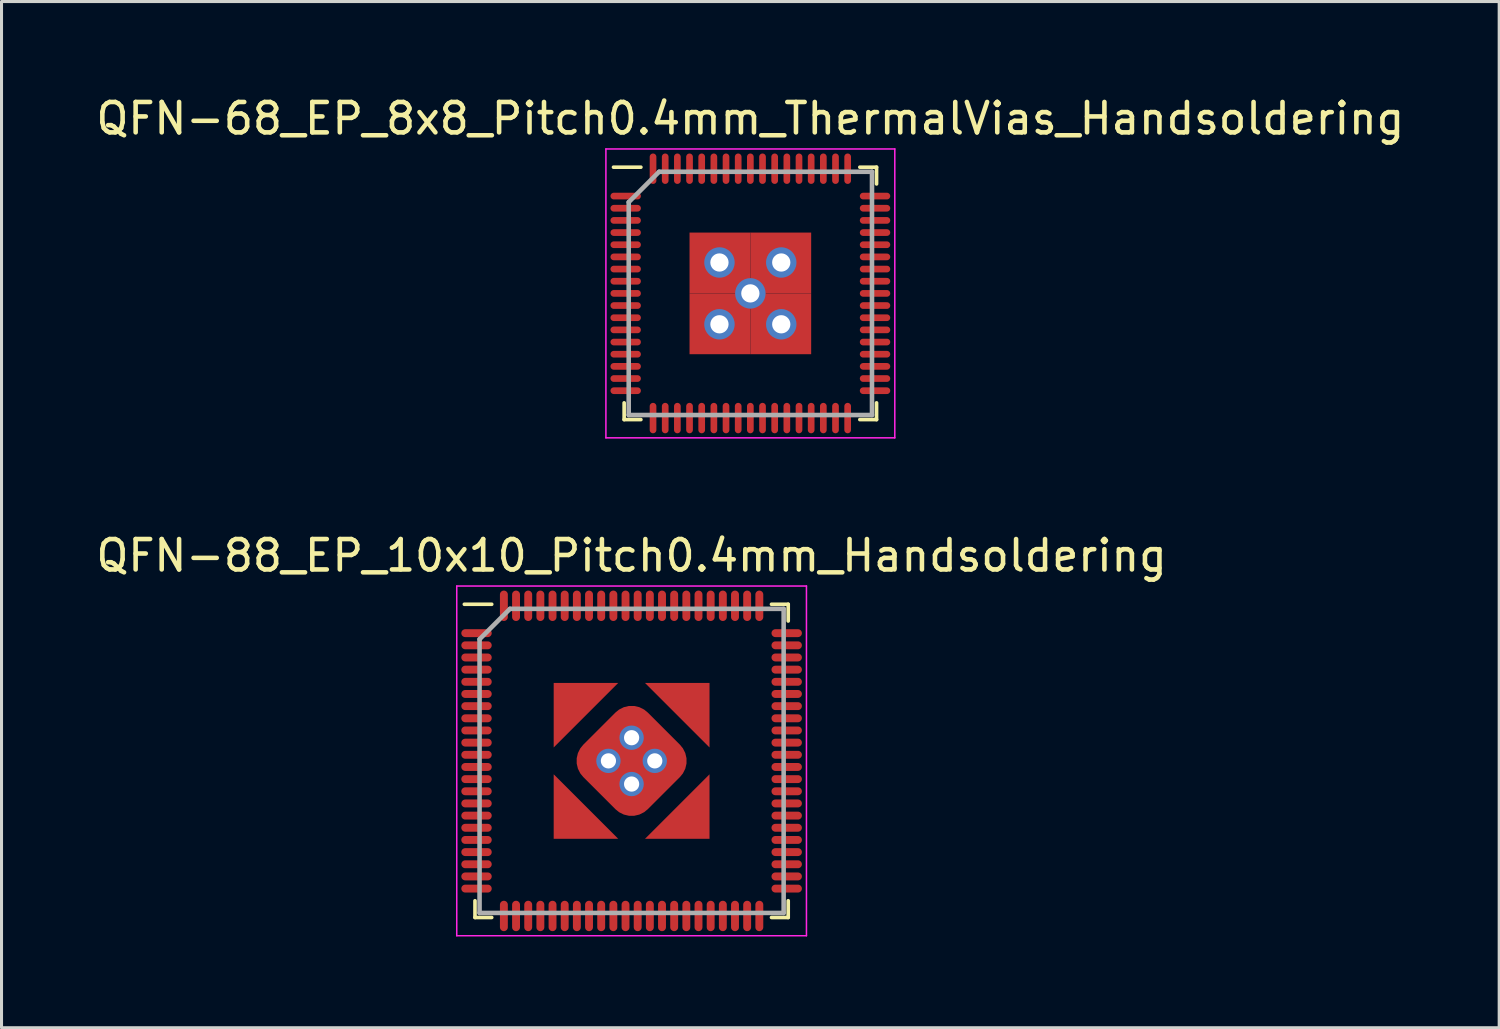
<source format=kicad_pcb>
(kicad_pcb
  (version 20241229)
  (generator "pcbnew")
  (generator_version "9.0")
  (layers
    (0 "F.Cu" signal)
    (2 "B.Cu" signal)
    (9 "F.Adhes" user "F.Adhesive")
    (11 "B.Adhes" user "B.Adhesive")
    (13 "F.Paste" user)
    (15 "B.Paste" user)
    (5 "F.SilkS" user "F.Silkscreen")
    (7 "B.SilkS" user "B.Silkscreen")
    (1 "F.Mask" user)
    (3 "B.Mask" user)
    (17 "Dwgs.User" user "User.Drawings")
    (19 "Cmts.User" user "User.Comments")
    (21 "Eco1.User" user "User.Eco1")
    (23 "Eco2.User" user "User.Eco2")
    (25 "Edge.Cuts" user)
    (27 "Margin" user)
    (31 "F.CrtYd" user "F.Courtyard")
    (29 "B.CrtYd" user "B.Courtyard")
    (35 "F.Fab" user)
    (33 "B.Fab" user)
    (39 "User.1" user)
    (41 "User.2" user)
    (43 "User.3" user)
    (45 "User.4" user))
  (footprint "QFN-88_EP_10x10_Pitch0.4mm_Handsoldering"
    (layer "F.Cu")
    (at 17.72 21.971)
    (property "Reference" "QFN-88_EP_10x10_Pitch0.4mm_Handsoldering" (at 0 -6.75 0) (layer "F.SilkS") (effects (font (size 1 1) (thickness 0.15))))
    (attr smd)
    (fp_line (start -5.15 5.15) (end -5.15 4.6) (stroke (width 0.12) (type solid)) (layer "F.SilkS"))
    (fp_line (start -4.6 -5.15) (end -5.5 -5.15) (stroke (width 0.12) (type solid)) (layer "F.SilkS"))
    (fp_line (start -4.6 5.15) (end -5.15 5.15) (stroke (width 0.12) (type solid)) (layer "F.SilkS"))
    (fp_line (start 4.6 -5.15) (end 5.15 -5.15) (stroke (width 0.12) (type solid)) (layer "F.SilkS"))
    (fp_line (start 4.6 5.15) (end 5.15 5.15) (stroke (width 0.12) (type solid)) (layer "F.SilkS"))
    (fp_line (start 5.15 -5.15) (end 5.15 -4.6) (stroke (width 0.12) (type solid)) (layer "F.SilkS"))
    (fp_line (start 5.15 5.15) (end 5.15 4.6) (stroke (width 0.12) (type solid)) (layer "F.SilkS"))
    (fp_line (start -5.75 -5.75) (end 5.75 -5.75) (stroke (width 0.05) (type solid)) (layer "F.CrtYd"))
    (fp_line (start -5.75 5.75) (end -5.75 -5.75) (stroke (width 0.05) (type solid)) (layer "F.CrtYd"))
    (fp_line (start 5.75 -5.75) (end 5.75 5.75) (stroke (width 0.05) (type solid)) (layer "F.CrtYd"))
    (fp_line (start 5.75 5.75) (end -5.75 5.75) (stroke (width 0.05) (type solid)) (layer "F.CrtYd"))
    (fp_line (start -5 -4) (end -5 5) (stroke (width 0.15) (type solid)) (layer "F.Fab"))
    (fp_line (start -5 5) (end 5 5) (stroke (width 0.15) (type solid)) (layer "F.Fab"))
    (fp_line (start -4 -5) (end -5 -4) (stroke (width 0.15) (type solid)) (layer "F.Fab"))
    (fp_line (start 5 -5) (end -4 -5) (stroke (width 0.15) (type solid)) (layer "F.Fab"))
    (fp_line (start 5 5) (end 5 -5) (stroke (width 0.15) (type solid)) (layer "F.Fab"))
    (pad "1" smd oval (at -5.1 -4.2 90) (size 0.26 1) (layers "F.Cu" "F.Mask" "F.Paste"))
    (pad "2" smd oval (at -5.1 -3.8 90) (size 0.26 1) (layers "F.Cu" "F.Mask" "F.Paste"))
    (pad "3" smd oval (at -5.1 -3.4 90) (size 0.26 1) (layers "F.Cu" "F.Mask" "F.Paste"))
    (pad "4" smd oval (at -5.1 -3 90) (size 0.26 1) (layers "F.Cu" "F.Mask" "F.Paste"))
    (pad "5" smd oval (at -5.1 -2.6 90) (size 0.26 1) (layers "F.Cu" "F.Mask" "F.Paste"))
    (pad "6" smd oval (at -5.1 -2.2 90) (size 0.26 1) (layers "F.Cu" "F.Mask" "F.Paste"))
    (pad "7" smd oval (at -5.1 -1.8 90) (size 0.26 1) (layers "F.Cu" "F.Mask" "F.Paste"))
    (pad "8" smd oval (at -5.1 -1.4 90) (size 0.26 1) (layers "F.Cu" "F.Mask" "F.Paste"))
    (pad "9" smd oval (at -5.1 -1 90) (size 0.26 1) (layers "F.Cu" "F.Mask" "F.Paste"))
    (pad "10" smd oval (at -5.1 -0.6 90) (size 0.26 1) (layers "F.Cu" "F.Mask" "F.Paste"))
    (pad "11" smd oval (at -5.1 -0.2 90) (size 0.26 1) (layers "F.Cu" "F.Mask" "F.Paste"))
    (pad "12" smd oval (at -5.1 0.2 90) (size 0.26 1) (layers "F.Cu" "F.Mask" "F.Paste"))
    (pad "13" smd oval (at -5.1 0.6 90) (size 0.26 1) (layers "F.Cu" "F.Mask" "F.Paste"))
    (pad "14" smd oval (at -5.1 1 90) (size 0.26 1) (layers "F.Cu" "F.Mask" "F.Paste"))
    (pad "15" smd oval (at -5.1 1.4 90) (size 0.26 1) (layers "F.Cu" "F.Mask" "F.Paste"))
    (pad "16" smd oval (at -5.1 1.8 90) (size 0.26 1) (layers "F.Cu" "F.Mask" "F.Paste"))
    (pad "17" smd oval (at -5.1 2.2 90) (size 0.26 1) (layers "F.Cu" "F.Mask" "F.Paste"))
    (pad "18" smd oval (at -5.1 2.6 90) (size 0.26 1) (layers "F.Cu" "F.Mask" "F.Paste"))
    (pad "19" smd oval (at -5.1 3 90) (size 0.26 1) (layers "F.Cu" "F.Mask" "F.Paste"))
    (pad "20" smd oval (at -5.1 3.4 90) (size 0.26 1) (layers "F.Cu" "F.Mask" "F.Paste"))
    (pad "21" smd oval (at -5.1 3.8 90) (size 0.26 1) (layers "F.Cu" "F.Mask" "F.Paste"))
    (pad "22" smd oval (at -5.1 4.2 90) (size 0.26 1) (layers "F.Cu" "F.Mask" "F.Paste"))
    (pad "23" smd oval (at -4.2 5.1) (size 0.26 1) (layers "F.Cu" "F.Mask" "F.Paste"))
    (pad "24" smd oval (at -3.8 5.1) (size 0.26 1) (layers "F.Cu" "F.Mask" "F.Paste"))
    (pad "25" smd oval (at -3.4 5.1) (size 0.26 1) (layers "F.Cu" "F.Mask" "F.Paste"))
    (pad "26" smd oval (at -3 5.1) (size 0.26 1) (layers "F.Cu" "F.Mask" "F.Paste"))
    (pad "27" smd oval (at -2.6 5.1) (size 0.26 1) (layers "F.Cu" "F.Mask" "F.Paste"))
    (pad "28" smd oval (at -2.2 5.1) (size 0.26 1) (layers "F.Cu" "F.Mask" "F.Paste"))
    (pad "29" smd oval (at -1.8 5.1) (size 0.26 1) (layers "F.Cu" "F.Mask" "F.Paste"))
    (pad "30" smd oval (at -1.4 5.1) (size 0.26 1) (layers "F.Cu" "F.Mask" "F.Paste"))
    (pad "31" smd oval (at -1 5.1) (size 0.26 1) (layers "F.Cu" "F.Mask" "F.Paste"))
    (pad "32" smd oval (at -0.6 5.1) (size 0.26 1) (layers "F.Cu" "F.Mask" "F.Paste"))
    (pad "33" smd oval (at -0.2 5.1) (size 0.26 1) (layers "F.Cu" "F.Mask" "F.Paste"))
    (pad "34" smd oval (at 0.2 5.1) (size 0.26 1) (layers "F.Cu" "F.Mask" "F.Paste"))
    (pad "35" smd oval (at 0.6 5.1) (size 0.26 1) (layers "F.Cu" "F.Mask" "F.Paste"))
    (pad "36" smd oval (at 1 5.1) (size 0.26 1) (layers "F.Cu" "F.Mask" "F.Paste"))
    (pad "37" smd oval (at 1.4 5.1) (size 0.26 1) (layers "F.Cu" "F.Mask" "F.Paste"))
    (pad "38" smd oval (at 1.8 5.1) (size 0.26 1) (layers "F.Cu" "F.Mask" "F.Paste"))
    (pad "39" smd oval (at 2.2 5.1) (size 0.26 1) (layers "F.Cu" "F.Mask" "F.Paste"))
    (pad "40" smd oval (at 2.6 5.1) (size 0.26 1) (layers "F.Cu" "F.Mask" "F.Paste"))
    (pad "41" smd oval (at 3 5.1) (size 0.26 1) (layers "F.Cu" "F.Mask" "F.Paste"))
    (pad "42" smd oval (at 3.4 5.1) (size 0.26 1) (layers "F.Cu" "F.Mask" "F.Paste"))
    (pad "43" smd oval (at 3.8 5.1) (size 0.26 1) (layers "F.Cu" "F.Mask" "F.Paste"))
    (pad "44" smd oval (at 4.2 5.1) (size 0.26 1) (layers "F.Cu" "F.Mask" "F.Paste"))
    (pad "45" smd oval (at 5.1 4.2 90) (size 0.26 1) (layers "F.Cu" "F.Mask" "F.Paste"))
    (pad "46" smd oval (at 5.1 3.8 90) (size 0.26 1) (layers "F.Cu" "F.Mask" "F.Paste"))
    (pad "47" smd oval (at 5.1 3.4 90) (size 0.26 1) (layers "F.Cu" "F.Mask" "F.Paste"))
    (pad "48" smd oval (at 5.1 3 90) (size 0.26 1) (layers "F.Cu" "F.Mask" "F.Paste"))
    (pad "49" smd oval (at 5.1 2.6 90) (size 0.26 1) (layers "F.Cu" "F.Mask" "F.Paste"))
    (pad "50" smd oval (at 5.1 2.2 90) (size 0.26 1) (layers "F.Cu" "F.Mask" "F.Paste"))
    (pad "51" smd oval (at 5.1 1.8 90) (size 0.26 1) (layers "F.Cu" "F.Mask" "F.Paste"))
    (pad "52" smd oval (at 5.1 1.4 90) (size 0.26 1) (layers "F.Cu" "F.Mask" "F.Paste"))
    (pad "53" smd oval (at 5.1 1 90) (size 0.26 1) (layers "F.Cu" "F.Mask" "F.Paste"))
    (pad "54" smd oval (at 5.1 0.6 90) (size 0.26 1) (layers "F.Cu" "F.Mask" "F.Paste"))
    (pad "55" smd oval (at 5.1 0.2 90) (size 0.26 1) (layers "F.Cu" "F.Mask" "F.Paste"))
    (pad "56" smd oval (at 5.1 -0.2 90) (size 0.26 1) (layers "F.Cu" "F.Mask" "F.Paste"))
    (pad "57" smd oval (at 5.1 -0.6 90) (size 0.26 1) (layers "F.Cu" "F.Mask" "F.Paste"))
    (pad "58" smd oval (at 5.1 -1 90) (size 0.26 1) (layers "F.Cu" "F.Mask" "F.Paste"))
    (pad "59" smd oval (at 5.1 -1.4 90) (size 0.26 1) (layers "F.Cu" "F.Mask" "F.Paste"))
    (pad "60" smd oval (at 5.1 -1.8 90) (size 0.26 1) (layers "F.Cu" "F.Mask" "F.Paste"))
    (pad "61" smd oval (at 5.1 -2.2 90) (size 0.26 1) (layers "F.Cu" "F.Mask" "F.Paste"))
    (pad "62" smd oval (at 5.1 -2.6 90) (size 0.26 1) (layers "F.Cu" "F.Mask" "F.Paste"))
    (pad "63" smd oval (at 5.1 -3 90) (size 0.26 1) (layers "F.Cu" "F.Mask" "F.Paste"))
    (pad "64" smd oval (at 5.1 -3.4 90) (size 0.26 1) (layers "F.Cu" "F.Mask" "F.Paste"))
    (pad "65" smd oval (at 5.1 -3.8 90) (size 0.26 1) (layers "F.Cu" "F.Mask" "F.Paste"))
    (pad "66" smd oval (at 5.1 -4.2 90) (size 0.26 1) (layers "F.Cu" "F.Mask" "F.Paste"))
    (pad "67" smd oval (at 4.2 -5.1) (size 0.26 1) (layers "F.Cu" "F.Mask" "F.Paste"))
    (pad "68" smd oval (at 3.8 -5.1) (size 0.26 1) (layers "F.Cu" "F.Mask" "F.Paste"))
    (pad "69" smd oval (at 3.4 -5.1) (size 0.26 1) (layers "F.Cu" "F.Mask" "F.Paste"))
    (pad "70" smd oval (at 3 -5.1) (size 0.26 1) (layers "F.Cu" "F.Mask" "F.Paste"))
    (pad "71" smd oval (at 2.6 -5.1) (size 0.26 1) (layers "F.Cu" "F.Mask" "F.Paste"))
    (pad "72" smd oval (at 2.2 -5.1) (size 0.26 1) (layers "F.Cu" "F.Mask" "F.Paste"))
    (pad "73" smd oval (at 1.8 -5.1) (size 0.26 1) (layers "F.Cu" "F.Mask" "F.Paste"))
    (pad "74" smd oval (at 1.4 -5.1) (size 0.26 1) (layers "F.Cu" "F.Mask" "F.Paste"))
    (pad "75" smd oval (at 1 -5.1) (size 0.26 1) (layers "F.Cu" "F.Mask" "F.Paste"))
    (pad "76" smd oval (at 0.6 -5.1) (size 0.26 1) (layers "F.Cu" "F.Mask" "F.Paste"))
    (pad "77" smd oval (at 0.2 -5.1) (size 0.26 1) (layers "F.Cu" "F.Mask" "F.Paste"))
    (pad "78" smd oval (at -0.2 -5.1) (size 0.26 1) (layers "F.Cu" "F.Mask" "F.Paste"))
    (pad "79" smd oval (at -0.6 -5.1) (size 0.26 1) (layers "F.Cu" "F.Mask" "F.Paste"))
    (pad "80" smd oval (at -1 -5.1) (size 0.26 1) (layers "F.Cu" "F.Mask" "F.Paste"))
    (pad "81" smd oval (at -1.4 -5.1) (size 0.26 1) (layers "F.Cu" "F.Mask" "F.Paste"))
    (pad "82" smd oval (at -1.8 -5.1) (size 0.26 1) (layers "F.Cu" "F.Mask" "F.Paste"))
    (pad "83" smd oval (at -2.2 -5.1) (size 0.26 1) (layers "F.Cu" "F.Mask" "F.Paste"))
    (pad "84" smd oval (at -2.6 -5.1) (size 0.26 1) (layers "F.Cu" "F.Mask" "F.Paste"))
    (pad "85" smd oval (at -3 -5.1) (size 0.26 1) (layers "F.Cu" "F.Mask" "F.Paste"))
    (pad "86" smd oval (at -3.4 -5.1) (size 0.26 1) (layers "F.Cu" "F.Mask" "F.Paste"))
    (pad "87" smd oval (at -3.8 -5.1) (size 0.26 1) (layers "F.Cu" "F.Mask" "F.Paste"))
    (pad "88" smd oval (at -4.2 -5.1) (size 0.26 1) (layers "F.Cu" "F.Mask" "F.Paste"))
    (pad "89" smd trapezoid (at -2.032 -2.032 45) (size 1.5 1.5) (rect_delta 0 1.5) (layers "F.Cu" "F.Mask" "F.Paste"))
    (pad "89" smd trapezoid (at -2.032 2.032 135) (size 1.5 1.5) (rect_delta 0 1.5) (layers "F.Cu" "F.Mask" "F.Paste"))
    (pad "89" thru_hole circle (at -0.762 0) (size 0.8 0.8) (drill 0.5) (layers "*.Cu" "*.Mask"))
    (pad "89" thru_hole circle (at 0 -0.762) (size 0.8 0.8) (drill 0.5) (layers "*.Cu" "*.Mask"))
    (pad "89" smd roundrect (at 0 0 45) (size 3 3) (layers "F.Cu" "F.Mask" "F.Paste") (roundrect_rratio 0.25))
    (pad "89" thru_hole circle (at 0 0.762) (size 0.8 0.8) (drill 0.5) (layers "*.Cu" "*.Mask"))
    (pad "89" thru_hole circle (at 0.762 0) (size 0.8 0.8) (drill 0.5) (layers "*.Cu" "*.Mask"))
    (pad "89" smd trapezoid (at 2.032 -2.032 45) (size 1.5 1.5) (rect_delta 1.5 0) (layers "F.Cu" "F.Mask" "F.Paste"))
    (pad "89" smd trapezoid (at 2.032 2.032 315) (size 1.5 1.5) (rect_delta 1.5 0) (layers "F.Cu" "F.Mask" "F.Paste")))
  (footprint "QFN-68_EP_8x8_Pitch0.4mm_ThermalVias_Handsoldering"
    (layer "F.Cu")
    (at 21.625 6.598)
    (property "Reference" "QFN-68_EP_8x8_Pitch0.4mm_ThermalVias_Handsoldering" (at 0 -5.75 0) (layer "F.SilkS") (effects (font (size 1 1) (thickness 0.15))))
    (attr smd)
    (fp_line (start -4.15 4.15) (end -4.15 3.6) (stroke (width 0.12) (type solid)) (layer "F.SilkS"))
    (fp_line (start -3.6 -4.15) (end -4.5 -4.15) (stroke (width 0.12) (type solid)) (layer "F.SilkS"))
    (fp_line (start -3.6 4.15) (end -4.15 4.15) (stroke (width 0.12) (type solid)) (layer "F.SilkS"))
    (fp_line (start 3.6 -4.15) (end 4.15 -4.15) (stroke (width 0.12) (type solid)) (layer "F.SilkS"))
    (fp_line (start 3.6 4.15) (end 4.15 4.15) (stroke (width 0.12) (type solid)) (layer "F.SilkS"))
    (fp_line (start 4.15 -4.15) (end 4.15 -3.6) (stroke (width 0.12) (type solid)) (layer "F.SilkS"))
    (fp_line (start 4.15 4.15) (end 4.15 3.6) (stroke (width 0.12) (type solid)) (layer "F.SilkS"))
    (fp_line (start -4.75 -4.75) (end 4.75 -4.75) (stroke (width 0.05) (type solid)) (layer "F.CrtYd"))
    (fp_line (start -4.75 4.75) (end -4.75 -4.75) (stroke (width 0.05) (type solid)) (layer "F.CrtYd"))
    (fp_line (start 4.75 -4.75) (end 4.75 4.75) (stroke (width 0.05) (type solid)) (layer "F.CrtYd"))
    (fp_line (start 4.75 4.75) (end -4.75 4.75) (stroke (width 0.05) (type solid)) (layer "F.CrtYd"))
    (fp_line (start -4 -3) (end -4 4) (stroke (width 0.15) (type solid)) (layer "F.Fab"))
    (fp_line (start -4 4) (end 4 4) (stroke (width 0.15) (type solid)) (layer "F.Fab"))
    (fp_line (start -3 -4) (end -4 -3) (stroke (width 0.15) (type solid)) (layer "F.Fab"))
    (fp_line (start 4 -4) (end -3 -4) (stroke (width 0.15) (type solid)) (layer "F.Fab"))
    (fp_line (start 4 4) (end 4 -4) (stroke (width 0.15) (type solid)) (layer "F.Fab"))
    (pad "1" smd oval (at -4.1 -3.2 90) (size 0.22 1) (layers "F.Cu" "F.Mask" "F.Paste"))
    (pad "2" smd oval (at -4.1 -2.8 90) (size 0.22 1) (layers "F.Cu" "F.Mask" "F.Paste"))
    (pad "3" smd oval (at -4.1 -2.4 90) (size 0.22 1) (layers "F.Cu" "F.Mask" "F.Paste"))
    (pad "4" smd oval (at -4.1 -2 90) (size 0.22 1) (layers "F.Cu" "F.Mask" "F.Paste"))
    (pad "5" smd oval (at -4.1 -1.6 90) (size 0.22 1) (layers "F.Cu" "F.Mask" "F.Paste"))
    (pad "6" smd oval (at -4.1 -1.2 90) (size 0.22 1) (layers "F.Cu" "F.Mask" "F.Paste"))
    (pad "7" smd oval (at -4.1 -0.8 90) (size 0.22 1) (layers "F.Cu" "F.Mask" "F.Paste"))
    (pad "8" smd oval (at -4.1 -0.4 90) (size 0.22 1) (layers "F.Cu" "F.Mask" "F.Paste"))
    (pad "9" smd oval (at -4.1 0 90) (size 0.22 1) (layers "F.Cu" "F.Mask" "F.Paste"))
    (pad "10" smd oval (at -4.1 0.4 90) (size 0.22 1) (layers "F.Cu" "F.Mask" "F.Paste"))
    (pad "11" smd oval (at -4.1 0.8 90) (size 0.22 1) (layers "F.Cu" "F.Mask" "F.Paste"))
    (pad "12" smd oval (at -4.1 1.2 90) (size 0.22 1) (layers "F.Cu" "F.Mask" "F.Paste"))
    (pad "13" smd oval (at -4.1 1.6 90) (size 0.22 1) (layers "F.Cu" "F.Mask" "F.Paste"))
    (pad "14" smd oval (at -4.1 2 90) (size 0.22 1) (layers "F.Cu" "F.Mask" "F.Paste"))
    (pad "15" smd oval (at -4.1 2.4 90) (size 0.22 1) (layers "F.Cu" "F.Mask" "F.Paste"))
    (pad "16" smd oval (at -4.1 2.8 90) (size 0.22 1) (layers "F.Cu" "F.Mask" "F.Paste"))
    (pad "17" smd oval (at -4.1 3.2 90) (size 0.22 1) (layers "F.Cu" "F.Mask" "F.Paste"))
    (pad "18" smd oval (at -3.2 4.1) (size 0.22 1) (layers "F.Cu" "F.Mask" "F.Paste"))
    (pad "19" smd oval (at -2.8 4.1) (size 0.22 1) (layers "F.Cu" "F.Mask" "F.Paste"))
    (pad "20" smd oval (at -2.4 4.1) (size 0.22 1) (layers "F.Cu" "F.Mask" "F.Paste"))
    (pad "21" smd oval (at -2 4.1) (size 0.22 1) (layers "F.Cu" "F.Mask" "F.Paste"))
    (pad "22" smd oval (at -1.6 4.1) (size 0.22 1) (layers "F.Cu" "F.Mask" "F.Paste"))
    (pad "23" smd oval (at -1.2 4.1) (size 0.22 1) (layers "F.Cu" "F.Mask" "F.Paste"))
    (pad "24" smd oval (at -0.8 4.1) (size 0.22 1) (layers "F.Cu" "F.Mask" "F.Paste"))
    (pad "25" smd oval (at -0.4 4.1) (size 0.22 1) (layers "F.Cu" "F.Mask" "F.Paste"))
    (pad "26" smd oval (at 0 4.1) (size 0.22 1) (layers "F.Cu" "F.Mask" "F.Paste"))
    (pad "27" smd oval (at 0.4 4.1) (size 0.22 1) (layers "F.Cu" "F.Mask" "F.Paste"))
    (pad "28" smd oval (at 0.8 4.1) (size 0.22 1) (layers "F.Cu" "F.Mask" "F.Paste"))
    (pad "29" smd oval (at 1.2 4.1) (size 0.22 1) (layers "F.Cu" "F.Mask" "F.Paste"))
    (pad "30" smd oval (at 1.6 4.1) (size 0.22 1) (layers "F.Cu" "F.Mask" "F.Paste"))
    (pad "31" smd oval (at 2 4.1) (size 0.22 1) (layers "F.Cu" "F.Mask" "F.Paste"))
    (pad "32" smd oval (at 2.4 4.1) (size 0.22 1) (layers "F.Cu" "F.Mask" "F.Paste"))
    (pad "33" smd oval (at 2.8 4.1) (size 0.22 1) (layers "F.Cu" "F.Mask" "F.Paste"))
    (pad "34" smd oval (at 3.2 4.1) (size 0.22 1) (layers "F.Cu" "F.Mask" "F.Paste"))
    (pad "35" smd oval (at 4.1 3.2 90) (size 0.22 1) (layers "F.Cu" "F.Mask" "F.Paste"))
    (pad "36" smd oval (at 4.1 2.8 90) (size 0.22 1) (layers "F.Cu" "F.Mask" "F.Paste"))
    (pad "37" smd oval (at 4.1 2.4 90) (size 0.22 1) (layers "F.Cu" "F.Mask" "F.Paste"))
    (pad "38" smd oval (at 4.1 2 90) (size 0.22 1) (layers "F.Cu" "F.Mask" "F.Paste"))
    (pad "39" smd oval (at 4.1 1.6 90) (size 0.22 1) (layers "F.Cu" "F.Mask" "F.Paste"))
    (pad "40" smd oval (at 4.1 1.2 90) (size 0.22 1) (layers "F.Cu" "F.Mask" "F.Paste"))
    (pad "41" smd oval (at 4.1 0.8 90) (size 0.22 1) (layers "F.Cu" "F.Mask" "F.Paste"))
    (pad "42" smd oval (at 4.1 0.4 90) (size 0.22 1) (layers "F.Cu" "F.Mask" "F.Paste"))
    (pad "43" smd oval (at 4.1 0 90) (size 0.22 1) (layers "F.Cu" "F.Mask" "F.Paste"))
    (pad "44" smd oval (at 4.1 -0.4 90) (size 0.22 1) (layers "F.Cu" "F.Mask" "F.Paste"))
    (pad "45" smd oval (at 4.1 -0.8 90) (size 0.22 1) (layers "F.Cu" "F.Mask" "F.Paste"))
    (pad "46" smd oval (at 4.1 -1.2 90) (size 0.22 1) (layers "F.Cu" "F.Mask" "F.Paste"))
    (pad "47" smd oval (at 4.1 -1.6 90) (size 0.22 1) (layers "F.Cu" "F.Mask" "F.Paste"))
    (pad "48" smd oval (at 4.1 -2 90) (size 0.22 1) (layers "F.Cu" "F.Mask" "F.Paste"))
    (pad "49" smd oval (at 4.1 -2.4 90) (size 0.22 1) (layers "F.Cu" "F.Mask" "F.Paste"))
    (pad "50" smd oval (at 4.1 -2.8 90) (size 0.22 1) (layers "F.Cu" "F.Mask" "F.Paste"))
    (pad "51" smd oval (at 4.1 -3.2 90) (size 0.22 1) (layers "F.Cu" "F.Mask" "F.Paste"))
    (pad "52" smd oval (at 3.2 -4.1) (size 0.22 1) (layers "F.Cu" "F.Mask" "F.Paste"))
    (pad "53" smd oval (at 2.8 -4.1) (size 0.22 1) (layers "F.Cu" "F.Mask" "F.Paste"))
    (pad "54" smd oval (at 2.4 -4.1) (size 0.22 1) (layers "F.Cu" "F.Mask" "F.Paste"))
    (pad "55" smd oval (at 2 -4.1) (size 0.22 1) (layers "F.Cu" "F.Mask" "F.Paste"))
    (pad "56" smd oval (at 1.6 -4.1) (size 0.22 1) (layers "F.Cu" "F.Mask" "F.Paste"))
    (pad "57" smd oval (at 1.2 -4.1) (size 0.22 1) (layers "F.Cu" "F.Mask" "F.Paste"))
    (pad "58" smd oval (at 0.8 -4.1) (size 0.22 1) (layers "F.Cu" "F.Mask" "F.Paste"))
    (pad "59" smd oval (at 0.4 -4.1) (size 0.22 1) (layers "F.Cu" "F.Mask" "F.Paste"))
    (pad "60" smd oval (at 0 -4.1) (size 0.22 1) (layers "F.Cu" "F.Mask" "F.Paste"))
    (pad "61" smd oval (at -0.4 -4.1) (size 0.22 1) (layers "F.Cu" "F.Mask" "F.Paste"))
    (pad "62" smd oval (at -0.8 -4.1) (size 0.22 1) (layers "F.Cu" "F.Mask" "F.Paste"))
    (pad "63" smd oval (at -1.2 -4.1) (size 0.22 1) (layers "F.Cu" "F.Mask" "F.Paste"))
    (pad "64" smd oval (at -1.6 -4.1) (size 0.22 1) (layers "F.Cu" "F.Mask" "F.Paste"))
    (pad "65" smd oval (at -2 -4.1) (size 0.22 1) (layers "F.Cu" "F.Mask" "F.Paste"))
    (pad "66" smd oval (at -2.4 -4.1) (size 0.22 1) (layers "F.Cu" "F.Mask" "F.Paste"))
    (pad "67" smd oval (at -2.8 -4.1) (size 0.22 1) (layers "F.Cu" "F.Mask" "F.Paste"))
    (pad "68" smd oval (at -3.2 -4.1) (size 0.22 1) (layers "F.Cu" "F.Mask" "F.Paste"))
    (pad "69" thru_hole circle (at -1.016 -1.016) (size 1 1) (drill 0.6) (layers "*.Cu" "*.Mask"))
    (pad "69" thru_hole circle (at -1.016 1.016) (size 1 1) (drill 0.6) (layers "*.Cu" "*.Mask"))
    (pad "69" smd rect (at -1 -1) (size 2 2) (layers "F.Cu" "F.Mask" "F.Paste"))
    (pad "69" smd rect (at -1 1) (size 2 2) (layers "F.Cu" "F.Mask" "F.Paste"))
    (pad "69" thru_hole circle (at 0 0) (size 1 1) (drill 0.6) (layers "*.Cu" "*.Mask"))
    (pad "69" smd rect (at 1 -1) (size 2 2) (layers "F.Cu" "F.Mask" "F.Paste"))
    (pad "69" smd rect (at 1 1) (size 2 2) (layers "F.Cu" "F.Mask" "F.Paste"))
    (pad "69" thru_hole circle (at 1.016 -1.016) (size 1 1) (drill 0.6) (layers "*.Cu" "*.Mask"))
    (pad "69" thru_hole circle (at 1.016 1.016) (size 1 1) (drill 0.6) (layers "*.Cu" "*.Mask")))
  (gr_rect
    (start -3 -3)
    (end 46.25 30.747)
    (stroke (width 0.1) (type default))
    (fill no)
    (layer "Edge.Cuts")))
</source>
